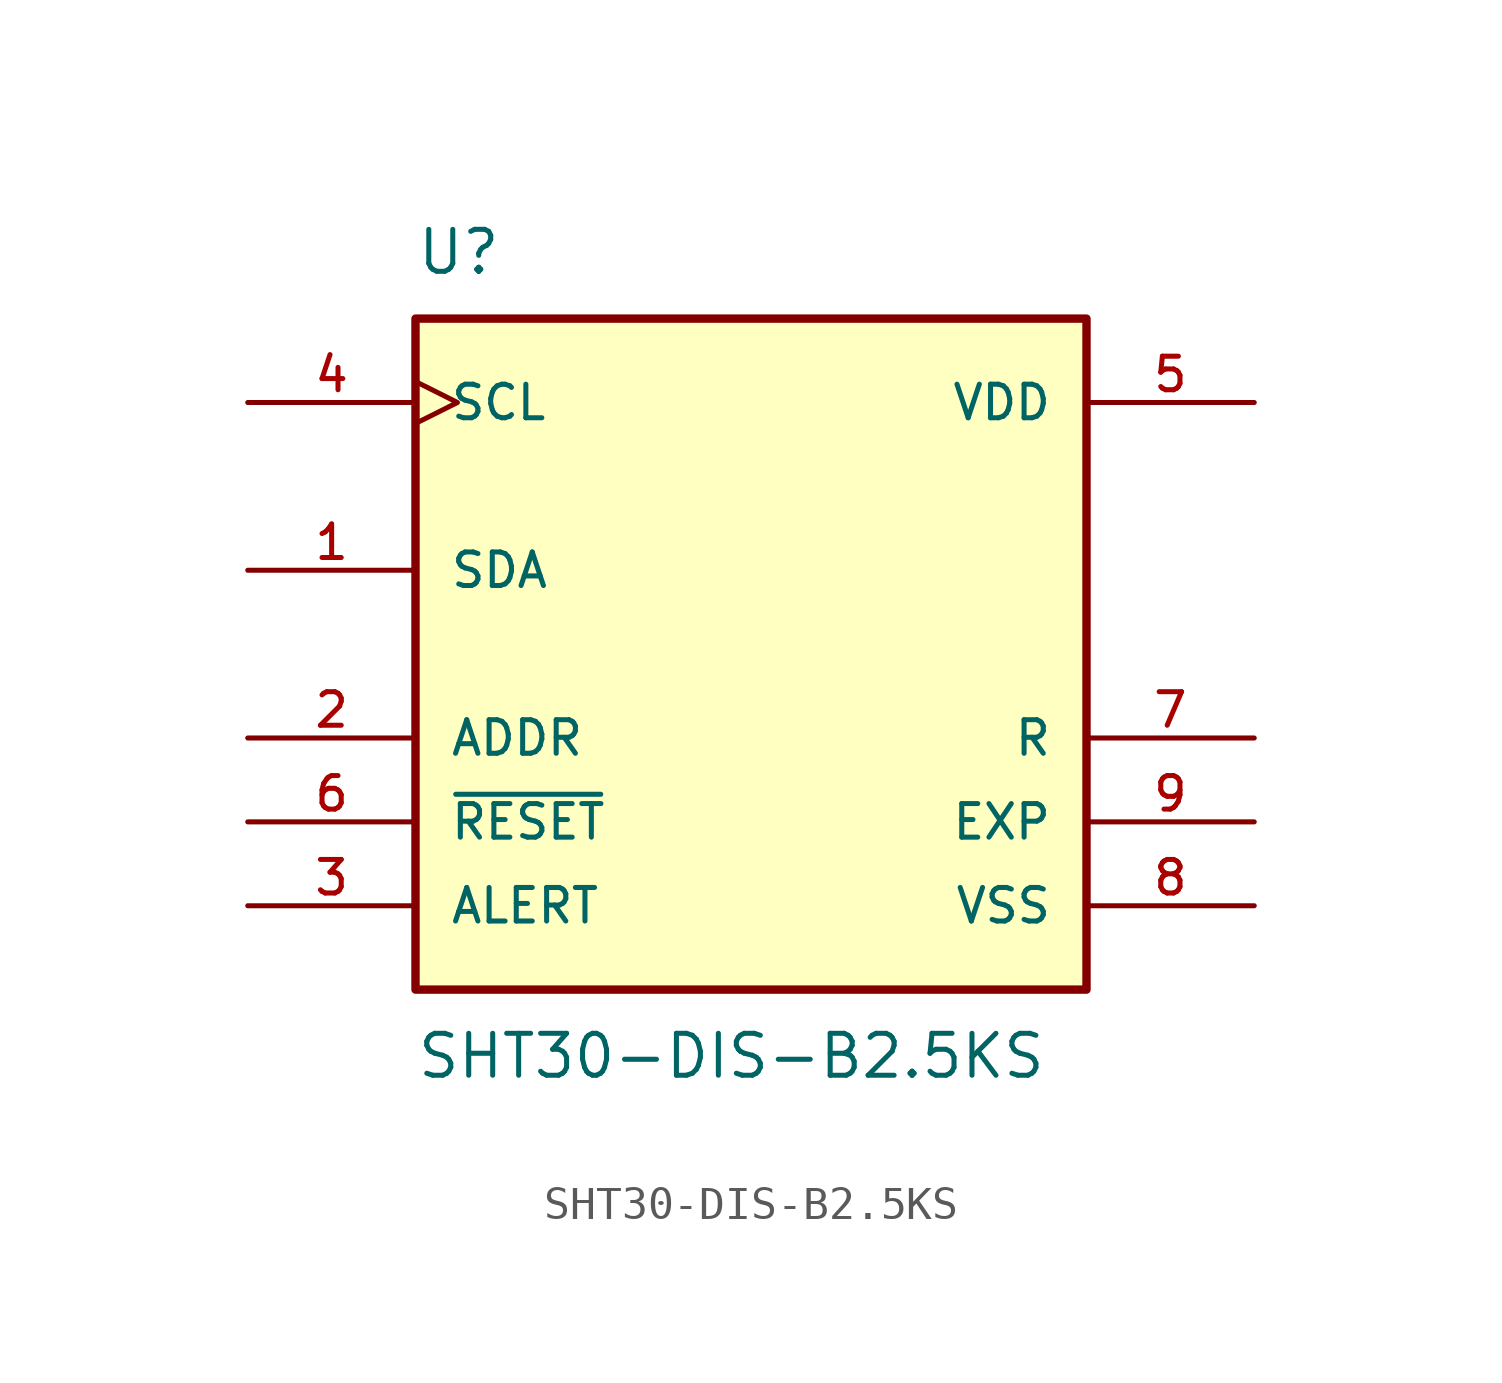
<source format=kicad_sym>
(kicad_symbol_lib
  (version 20211014)
  (generator kicad_symbol_editor)
  (symbol "SHT30-DIS-B2.5KS"
    (pin_names
      (offset 1.016))
    (property "Reference" "U"
      (at -10.16 11.43 0.0)
      (effects (font (size 1.27 1.27)) (justify bottom left)))
    (property "Value" "SHT30-DIS-B2.5KS"
      (at -10.16 -11.43 0.0)
      (effects (font (size 1.27 1.27)) (justify top left)))
    (symbol "SHT30-DIS-B2.5KS_0_0"
      (rectangle (start -10.16 -10.16) (end 10.16 10.16) (stroke (width 0.254)) (fill (type background)))
      (pin input line (at -15.24 -5.08 0) (length 5.08) (name "~{RESET}" (effects (font (size 1.016 1.016)))) (number "6" (effects (font (size 1.016 1.016)))))
      (pin input line (at -15.24 -2.54 0) (length 5.08) (name "ADDR" (effects (font (size 1.016 1.016)))) (number "2" (effects (font (size 1.016 1.016)))))
      (pin passive line (at 15.24 -2.54 180.0) (length 5.08) (name "R" (effects (font (size 1.016 1.016)))) (number "7" (effects (font (size 1.016 1.016)))))
      (pin bidirectional clock (at -15.24 7.62 0) (length 5.08) (name "SCL" (effects (font (size 1.016 1.016)))) (number "4" (effects (font (size 1.016 1.016)))))
      (pin bidirectional line (at -15.24 2.54 0) (length 5.08) (name "SDA" (effects (font (size 1.016 1.016)))) (number "1" (effects (font (size 1.016 1.016)))))
      (pin power_in line (at 15.24 7.62 180.0) (length 5.08) (name "VDD" (effects (font (size 1.016 1.016)))) (number "5" (effects (font (size 1.016 1.016)))))
      (pin output line (at -15.24 -7.62 0) (length 5.08) (name "ALERT" (effects (font (size 1.016 1.016)))) (number "3" (effects (font (size 1.016 1.016)))))
      (pin power_in line (at 15.24 -7.62 180.0) (length 5.08) (name "VSS" (effects (font (size 1.016 1.016)))) (number "8" (effects (font (size 1.016 1.016)))))
      (pin passive line (at 15.24 -5.08 180.0) (length 5.08) (name "EXP" (effects (font (size 1.016 1.016)))) (number "9" (effects (font (size 1.016 1.016))))))))
</source>
